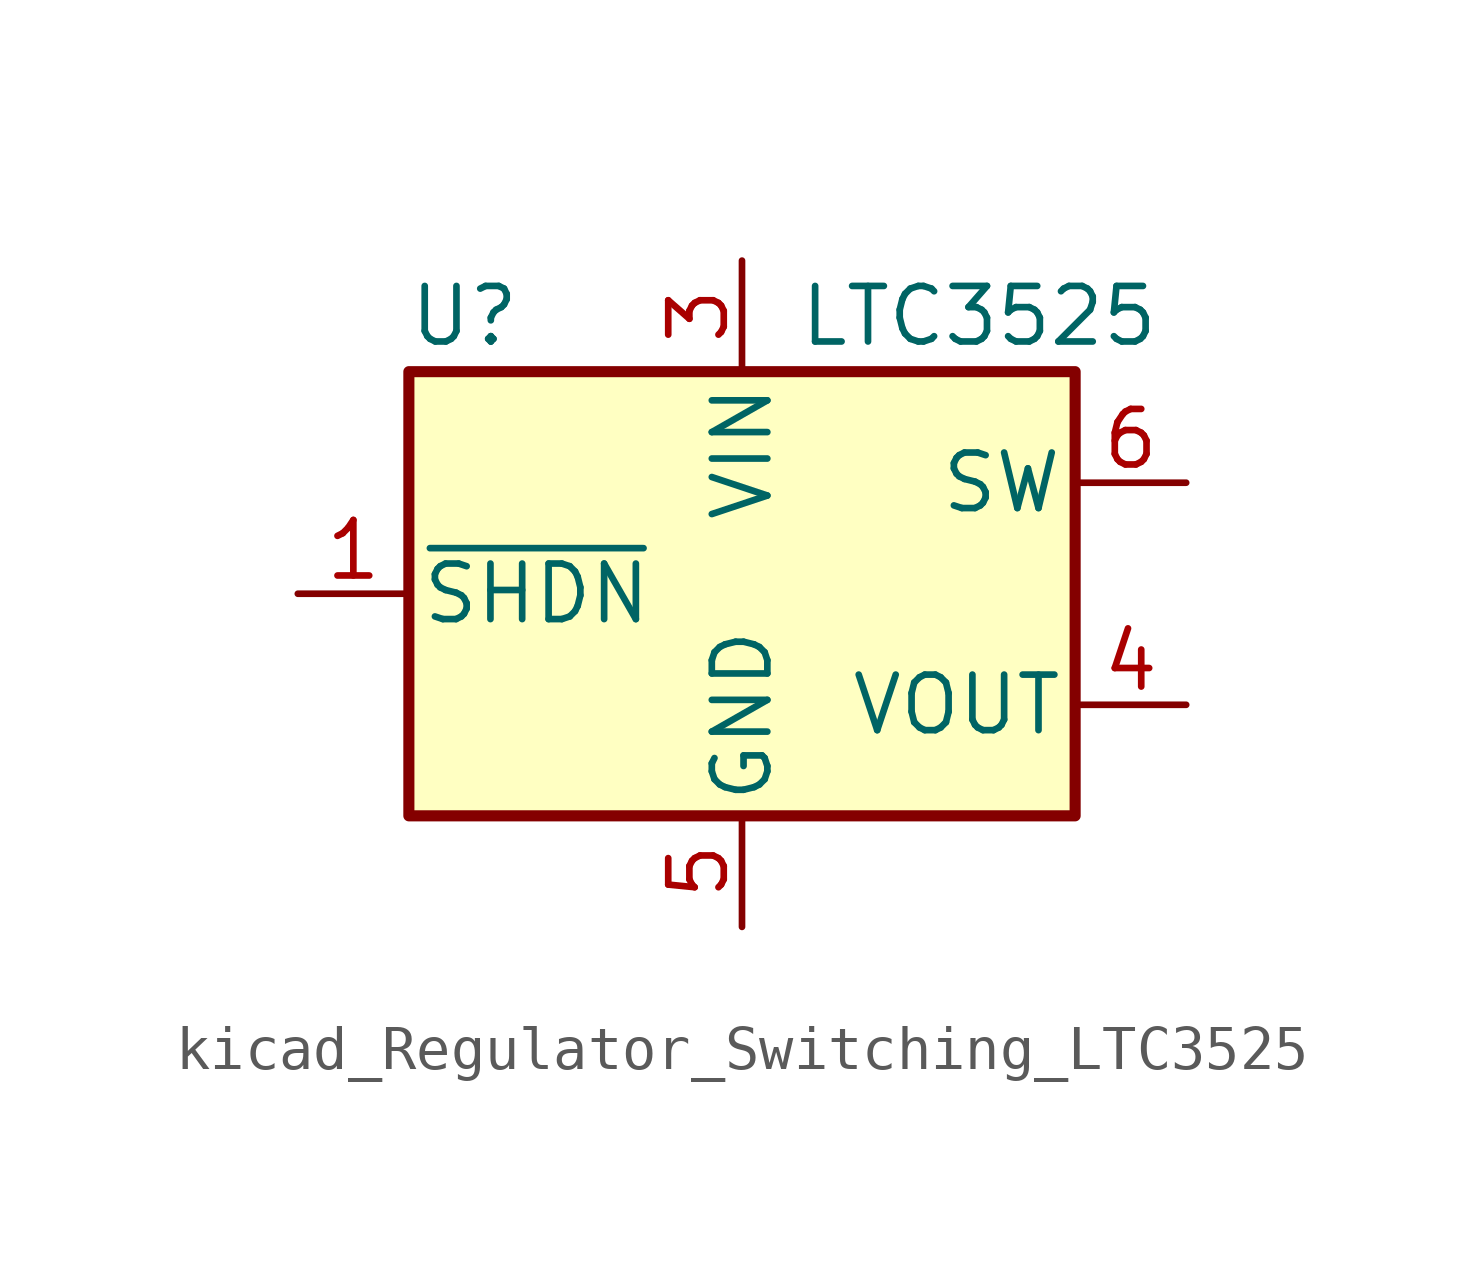
<source format=kicad_sym>
(kicad_symbol_lib
  (version 20220914)
  (generator kicad_symbol_editor)
  (symbol "kicad_Regulator_Switching_LTC3525"
    (pin_names
      (offset 0.254))
    (property "Reference" "U"
      (at -6.35 6.35 0)
      (effects (font (size 1.27 1.27))))
    (property "Value" "LTC3525"
      (at 1.27 6.35 0)
      (effects (font (size 1.27 1.27)) (justify left)))
    (symbol "kicad_Regulator_Switching_LTC3525_0_1"
      (rectangle (start -7.62 5.08) (end 7.62 -5.08) (stroke (width 0.254) (type default)) (fill (type background))))
    (symbol "kicad_Regulator_Switching_LTC3525_1_1"
      (pin input line (at -10.16 0 0) (length 2.54) (name "~{SHDN}" (effects (font (size 1.27 1.27)))) (number "1" (effects (font (size 1.27 1.27)))))
      (pin passive line (at 0 -7.62 90) (length 2.54) hide (name "GND" (effects (font (size 1.27 1.27)))) (number "2" (effects (font (size 1.27 1.27)))))
      (pin power_in line (at 0 7.62 270) (length 2.54) (name "VIN" (effects (font (size 1.27 1.27)))) (number "3" (effects (font (size 1.27 1.27)))))
      (pin power_out line (at 10.16 -2.54 180) (length 2.54) (name "VOUT" (effects (font (size 1.27 1.27)))) (number "4" (effects (font (size 1.27 1.27)))))
      (pin power_in line (at 0 -7.62 90) (length 2.54) (name "GND" (effects (font (size 1.27 1.27)))) (number "5" (effects (font (size 1.27 1.27)))))
      (pin input line (at 10.16 2.54 180) (length 2.54) (name "SW" (effects (font (size 1.27 1.27)))) (number "6" (effects (font (size 1.27 1.27))))))))
</source>
